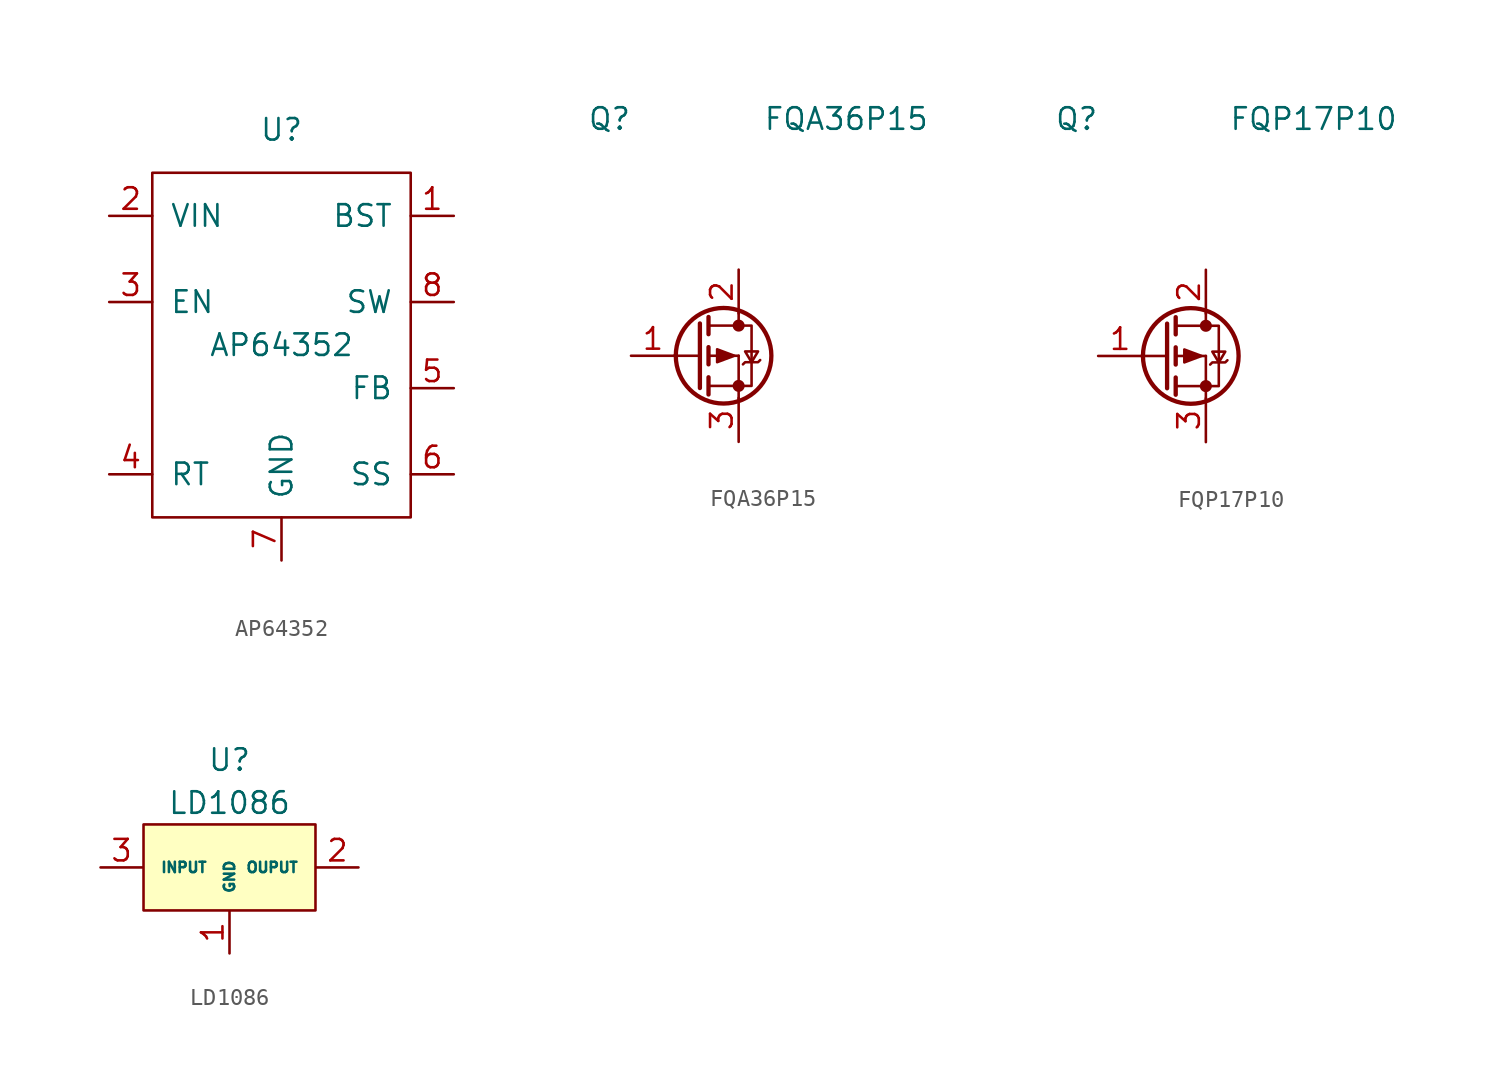
<source format=kicad_sym>
(kicad_symbol_lib
  (version 20211014)
  (generator kicad_symbol_editor)
  (symbol "AP64352"
    (pin_names
      (offset 1.016))
    (property "Reference" "U"
      (at 0 12.7 0)
      (effects (font (size 1.27 1.27))))
    (property "Value" "AP64352"
      (at 0 0 0)
      (effects (font (size 1.27 1.27))))
    (symbol "AP64352_0_1"
      (rectangle (start -7.62 10.16) (end 7.62 -10.16) (stroke (width 0) (type default) (color 0 0 0 0)) (fill (type none))))
    (symbol "AP64352_1_1"
      (pin passive line (at 10.16 7.62 180) (length 2.54) (name "BST" (effects (font (size 1.27 1.27)))) (number "1" (effects (font (size 1.27 1.27)))))
      (pin power_in line (at -10.16 7.62 0) (length 2.54) (name "VIN" (effects (font (size 1.27 1.27)))) (number "2" (effects (font (size 1.27 1.27)))))
      (pin input line (at -10.16 2.54 0) (length 2.54) (name "EN" (effects (font (size 1.27 1.27)))) (number "3" (effects (font (size 1.27 1.27)))))
      (pin passive line (at -10.16 -7.62 0) (length 2.54) (name "RT" (effects (font (size 1.27 1.27)))) (number "4" (effects (font (size 1.27 1.27)))))
      (pin input line (at 10.16 -2.54 180) (length 2.54) (name "FB" (effects (font (size 1.27 1.27)))) (number "5" (effects (font (size 1.27 1.27)))))
      (pin passive line (at 10.16 -7.62 180) (length 2.54) (name "SS" (effects (font (size 1.27 1.27)))) (number "6" (effects (font (size 1.27 1.27)))))
      (pin power_in line (at 0 -12.7 90) (length 2.54) (name "GND" (effects (font (size 1.27 1.27)))) (number "7" (effects (font (size 1.27 1.27)))))
      (pin power_out line (at 10.16 2.54 180) (length 2.54) (name "SW" (effects (font (size 1.27 1.27)))) (number "8" (effects (font (size 1.27 1.27)))))))
  (symbol "FQA36P15"
    (pin_names hide)
    (property "Reference" "Q"
      (at -7.62 13.97 0)
      (effects (font (size 1.27 1.27))))
    (property "Value" "FQA36P15"
      (at 6.35 13.97 0)
      (effects (font (size 1.27 1.27))))
    (symbol "FQA36P15_1_1"
      (circle (center -0.889 0) (radius 2.819) (stroke (width 0.254) (type default) (color 0 0 0 0)) (fill (type none)))
      (circle (center 0 -1.778) (radius 0.279) (stroke (width 0) (type default) (color 0 0 0 0)) (fill (type outline)))
      (polyline (pts (xy -3.81 0) (xy -2.286 0)) (stroke (width 0) (type default) (color 0 0 0 0)) (fill (type none)))
      (polyline (pts (xy -1.778 -1.778) (xy 0 -1.778)) (stroke (width 0) (type default) (color 0 0 0 0)) (fill (type none)))
      (polyline (pts (xy -1.778 -1.27) (xy -1.778 -2.286)) (stroke (width 0.254) (type default) (color 0 0 0 0)) (fill (type none)))
      (polyline (pts (xy -1.778 0) (xy 0 0)) (stroke (width 0) (type default) (color 0 0 0 0)) (fill (type none)))
      (polyline (pts (xy -1.778 0.508) (xy -1.778 -0.508)) (stroke (width 0.254) (type default) (color 0 0 0 0)) (fill (type none)))
      (polyline (pts (xy -1.778 1.778) (xy 0 1.778)) (stroke (width 0) (type default) (color 0 0 0 0)) (fill (type none)))
      (polyline (pts (xy -1.778 2.286) (xy -1.778 1.27)) (stroke (width 0.254) (type default) (color 0 0 0 0)) (fill (type none)))
      (polyline (pts (xy 0 -1.778) (xy 0 -2.54)) (stroke (width 0) (type default) (color 0 0 0 0)) (fill (type none)))
      (polyline (pts (xy 0 -1.778) (xy 0 0)) (stroke (width 0) (type default) (color 0 0 0 0)) (fill (type none)))
      (polyline (pts (xy 0 2.54) (xy 0 1.778)) (stroke (width 0) (type default) (color 0 0 0 0)) (fill (type none)))
      (polyline (pts (xy -2.286 1.905) (xy -2.286 -1.905) (xy -2.286 -1.905)) (stroke (width 0.254) (type default) (color 0 0 0 0)) (fill (type none)))
      (polyline (pts (xy -0.254 0) (xy -1.27 -0.381) (xy -1.27 0.381) (xy -0.254 0)) (stroke (width 0) (type default) (color 0 0 0 0)) (fill (type outline)))
      (polyline (pts (xy 0 -1.778) (xy 0.762 -1.778) (xy 0.762 1.778) (xy 0 1.778)) (stroke (width 0) (type default) (color 0 0 0 0)) (fill (type none)))
      (polyline (pts (xy 0.254 -0.508) (xy 0.381 -0.381) (xy 1.143 -0.381) (xy 1.27 -0.254)) (stroke (width 0) (type default) (color 0 0 0 0)) (fill (type none)))
      (polyline (pts (xy 0.762 -0.381) (xy 0.381 0.254) (xy 1.143 0.254) (xy 0.762 -0.381)) (stroke (width 0) (type default) (color 0 0 0 0)) (fill (type none)))
      (circle (center 0 1.778) (radius 0.279) (stroke (width 0) (type default) (color 0 0 0 0)) (fill (type outline)))
      (pin input line (at -6.35 0 0) (length 2.591) (name "G" (effects (font (size 0.991 0.991)))) (number "1" (effects (font (size 1.27 1.27)))))
      (pin passive line (at 0 5.08 270) (length 2.591) (name "D" (effects (font (size 0.991 0.991)))) (number "2" (effects (font (size 1.27 1.27)))))
      (pin passive line (at 0 -5.08 90) (length 2.591) (name "S" (effects (font (size 0.991 0.991)))) (number "3" (effects (font (size 1.27 1.27)))))))
  (symbol "FQP17P10"
    (pin_names hide)
    (property "Reference" "Q"
      (at -7.62 13.97 0)
      (effects (font (size 1.27 1.27))))
    (property "Value" "FQP17P10"
      (at 6.35 13.97 0)
      (effects (font (size 1.27 1.27))))
    (symbol "FQP17P10_1_1"
      (circle (center -0.889 0) (radius 2.819) (stroke (width 0.254) (type default) (color 0 0 0 0)) (fill (type none)))
      (circle (center 0 -1.778) (radius 0.279) (stroke (width 0) (type default) (color 0 0 0 0)) (fill (type outline)))
      (polyline (pts (xy -3.81 0) (xy -2.286 0)) (stroke (width 0) (type default) (color 0 0 0 0)) (fill (type none)))
      (polyline (pts (xy -1.778 -1.778) (xy 0 -1.778)) (stroke (width 0) (type default) (color 0 0 0 0)) (fill (type none)))
      (polyline (pts (xy -1.778 -1.27) (xy -1.778 -2.286)) (stroke (width 0.254) (type default) (color 0 0 0 0)) (fill (type none)))
      (polyline (pts (xy -1.778 0) (xy 0 0)) (stroke (width 0) (type default) (color 0 0 0 0)) (fill (type none)))
      (polyline (pts (xy -1.778 0.508) (xy -1.778 -0.508)) (stroke (width 0.254) (type default) (color 0 0 0 0)) (fill (type none)))
      (polyline (pts (xy -1.778 1.778) (xy 0 1.778)) (stroke (width 0) (type default) (color 0 0 0 0)) (fill (type none)))
      (polyline (pts (xy -1.778 2.286) (xy -1.778 1.27)) (stroke (width 0.254) (type default) (color 0 0 0 0)) (fill (type none)))
      (polyline (pts (xy 0 -1.778) (xy 0 -2.54)) (stroke (width 0) (type default) (color 0 0 0 0)) (fill (type none)))
      (polyline (pts (xy 0 -1.778) (xy 0 0)) (stroke (width 0) (type default) (color 0 0 0 0)) (fill (type none)))
      (polyline (pts (xy 0 2.54) (xy 0 1.778)) (stroke (width 0) (type default) (color 0 0 0 0)) (fill (type none)))
      (polyline (pts (xy -2.286 1.905) (xy -2.286 -1.905) (xy -2.286 -1.905)) (stroke (width 0.254) (type default) (color 0 0 0 0)) (fill (type none)))
      (polyline (pts (xy -0.254 0) (xy -1.27 -0.381) (xy -1.27 0.381) (xy -0.254 0)) (stroke (width 0) (type default) (color 0 0 0 0)) (fill (type outline)))
      (polyline (pts (xy 0 -1.778) (xy 0.762 -1.778) (xy 0.762 1.778) (xy 0 1.778)) (stroke (width 0) (type default) (color 0 0 0 0)) (fill (type none)))
      (polyline (pts (xy 0.254 -0.508) (xy 0.381 -0.381) (xy 1.143 -0.381) (xy 1.27 -0.254)) (stroke (width 0) (type default) (color 0 0 0 0)) (fill (type none)))
      (polyline (pts (xy 0.762 -0.381) (xy 0.381 0.254) (xy 1.143 0.254) (xy 0.762 -0.381)) (stroke (width 0) (type default) (color 0 0 0 0)) (fill (type none)))
      (circle (center 0 1.778) (radius 0.279) (stroke (width 0) (type default) (color 0 0 0 0)) (fill (type outline)))
      (pin input line (at -6.35 0 0) (length 2.591) (name "G" (effects (font (size 0.991 0.991)))) (number "1" (effects (font (size 1.27 1.27)))))
      (pin passive line (at 0 5.08 270) (length 2.591) (name "D" (effects (font (size 0.991 0.991)))) (number "2" (effects (font (size 1.27 1.27)))))
      (pin passive line (at 0 -5.08 90) (length 2.591) (name "S" (effects (font (size 0.991 0.991)))) (number "3" (effects (font (size 1.27 1.27)))))))
  (symbol "LD1086"
    (pin_names
      (offset 1.016))
    (property "Reference" "U"
      (at 0 6.35 0)
      (effects (font (size 1.27 1.27))))
    (property "Value" "LD1086"
      (at 0 3.81 0)
      (effects (font (size 1.27 1.27))))
    (symbol "LD1086_0_1"
      (rectangle (start -5.08 2.54) (end 5.08 -2.54) (stroke (width 0) (type default) (color 0 0 0 0)) (fill (type background))))
    (symbol "LD1086_1_1"
      (pin power_in line (at 0 -5.08 90) (length 2.489) (name "GND" (effects (font (size 0.61 0.61)))) (number "1" (effects (font (size 1.27 1.27)))))
      (pin power_out line (at 7.62 0 180) (length 2.489) (name "OUPUT" (effects (font (size 0.61 0.61)))) (number "2" (effects (font (size 1.27 1.27)))))
      (pin power_in line (at -7.62 0 0) (length 2.489) (name "INPUT" (effects (font (size 0.61 0.61)))) (number "3" (effects (font (size 1.27 1.27))))))))
</source>
